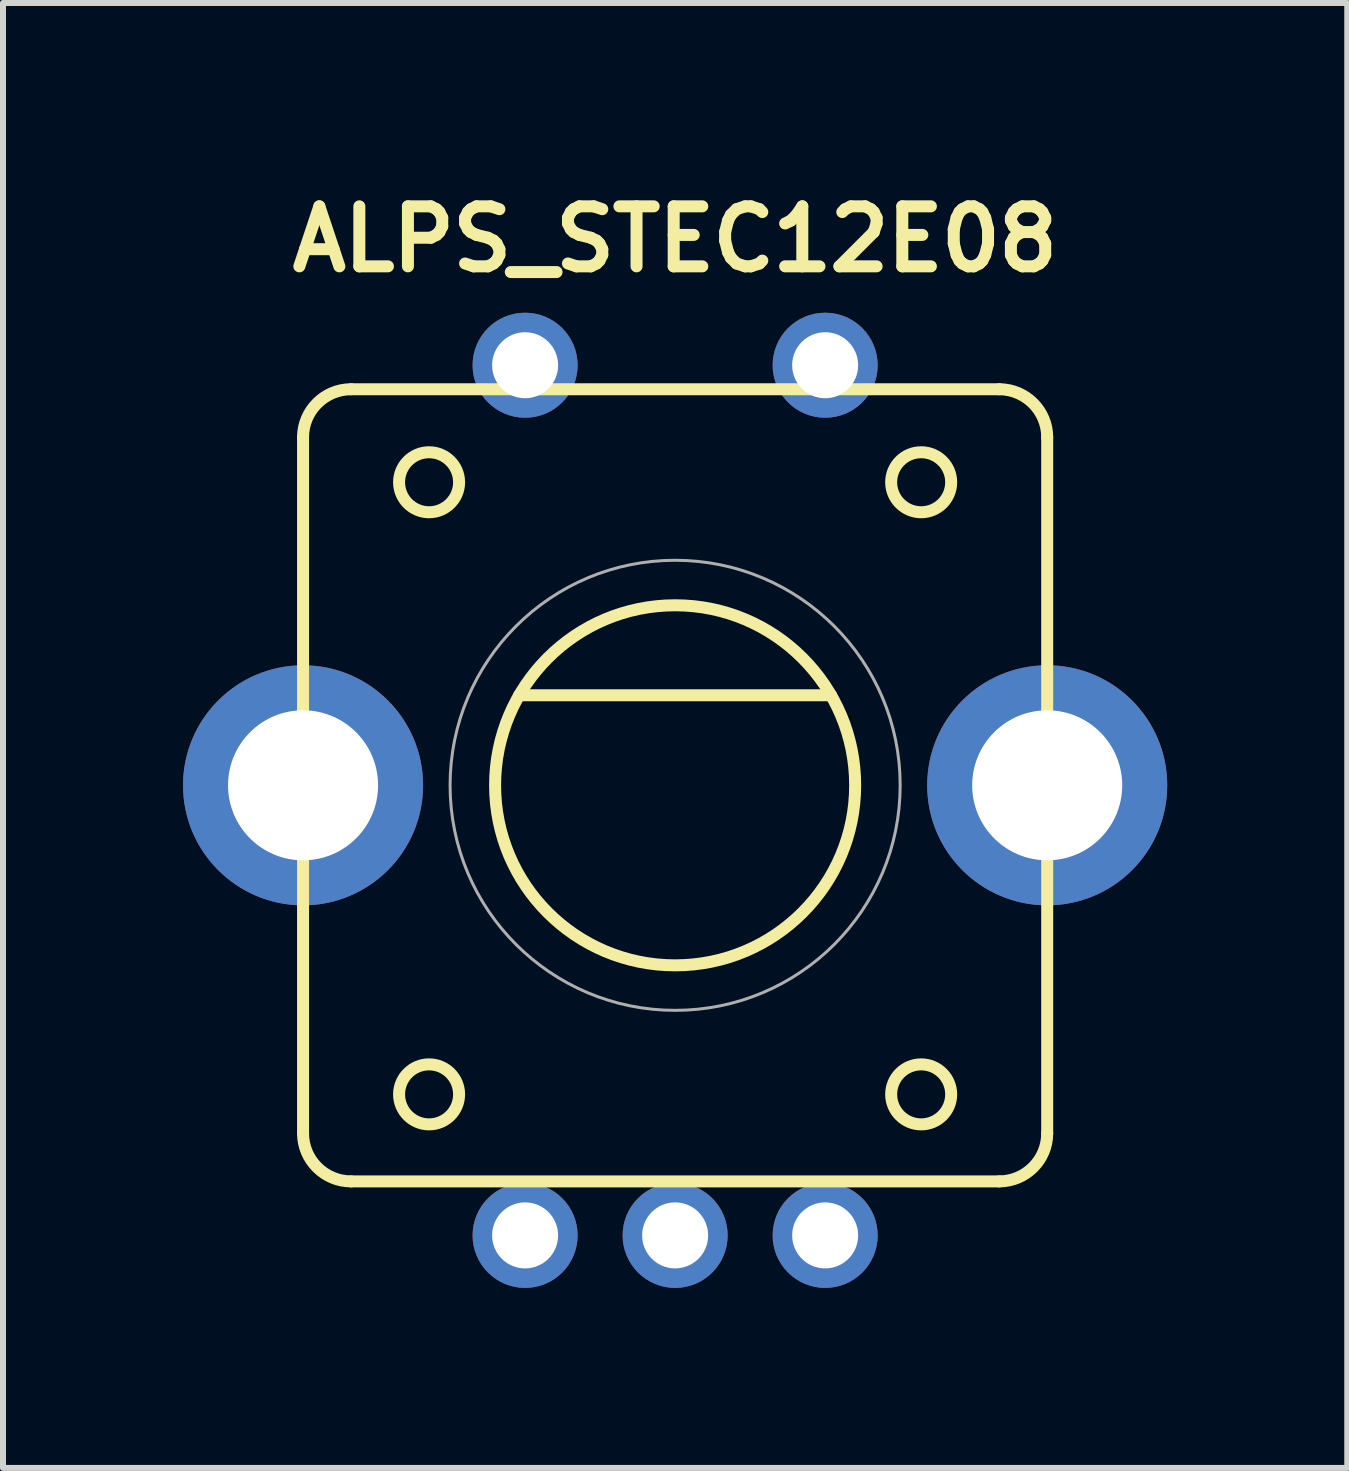
<source format=kicad_pcb>
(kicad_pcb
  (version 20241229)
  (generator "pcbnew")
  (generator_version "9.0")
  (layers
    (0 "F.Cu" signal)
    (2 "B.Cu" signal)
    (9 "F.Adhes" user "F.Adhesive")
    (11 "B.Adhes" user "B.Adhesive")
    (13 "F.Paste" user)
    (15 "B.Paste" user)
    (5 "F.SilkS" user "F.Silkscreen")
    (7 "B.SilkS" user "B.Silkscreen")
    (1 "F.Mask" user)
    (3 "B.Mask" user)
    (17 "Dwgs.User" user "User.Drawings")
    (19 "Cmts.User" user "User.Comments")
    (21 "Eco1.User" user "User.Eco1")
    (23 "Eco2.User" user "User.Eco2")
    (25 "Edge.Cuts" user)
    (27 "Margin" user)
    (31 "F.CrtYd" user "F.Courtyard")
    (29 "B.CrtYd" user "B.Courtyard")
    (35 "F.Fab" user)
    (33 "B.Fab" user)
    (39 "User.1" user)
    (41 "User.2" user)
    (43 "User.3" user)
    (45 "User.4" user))
  (footprint "ALPS_STEC12E08"
    (layer "F.Cu")
    (at 8.2 10.036)
    (property "Reference" "ALPS_STEC12E08" (at 0 -9.1 0) (layer "F.SilkS") (effects (font (size 1 1) (thickness 0.2))))
    (attr through_hole)
    (fp_line (start -6.2 5.8) (end -6.2 -5.8) (stroke (width 0.2) (type solid)) (layer "F.SilkS"))
    (fp_line (start -5.4 -6.6) (end 5.4 -6.6) (stroke (width 0.2) (type solid)) (layer "F.SilkS"))
    (fp_line (start -5.4 6.6) (end 5.4 6.6) (stroke (width 0.2) (type solid)) (layer "F.SilkS"))
    (fp_line (start -2.6 -1.5) (end 2.6 -1.5) (stroke (width 0.2) (type solid)) (layer "F.SilkS"))
    (fp_line (start 6.2 -5.8) (end 6.2 5.8) (stroke (width 0.2) (type solid)) (layer "F.SilkS"))
    (fp_arc (start -6.2 -5.8) (mid -5.965685 -6.365685) (end -5.4 -6.6) (stroke (width 0.2) (type solid)) (layer "F.SilkS"))
    (fp_arc (start -5.4 6.6) (mid -5.965685 6.365685) (end -6.2 5.8) (stroke (width 0.2) (type solid)) (layer "F.SilkS"))
    (fp_arc (start 5.4 -6.6) (mid 5.965685 -6.365685) (end 6.2 -5.8) (stroke (width 0.2) (type solid)) (layer "F.SilkS"))
    (fp_arc (start 6.2 5.8) (mid 5.965685 6.365685) (end 5.4 6.6) (stroke (width 0.2) (type solid)) (layer "F.SilkS"))
    (fp_circle (center -4.1 -5.05) (end -3.6 -5.05) (stroke (width 0.2) (type solid)) (fill no) (layer "F.SilkS"))
    (fp_circle (center -4.1 5.15) (end -3.6 5.15) (stroke (width 0.2) (type solid)) (fill no) (layer "F.SilkS"))
    (fp_circle (center 0 0) (end 3 0) (stroke (width 0.2) (type solid)) (fill no) (layer "F.SilkS"))
    (fp_circle (center 4.1 -5.05) (end 4.6 -5.05) (stroke (width 0.2) (type solid)) (fill no) (layer "F.SilkS"))
    (fp_circle (center 4.1 5.15) (end 4.6 5.15) (stroke (width 0.2) (type solid)) (fill no) (layer "F.SilkS"))
    (fp_circle (center 0 0) (end 3.75 0) (stroke (width 0.05) (type solid)) (fill no) (layer "F.Fab"))
    (pad "1" thru_hole circle (at -2.5 7.5) (size 1.75 1.75) (drill 1.1) (layers "*.Cu" "*.Mask"))
    (pad "2" thru_hole circle (at 0 7.5) (size 1.75 1.75) (drill 1.1) (layers "*.Cu" "*.Mask"))
    (pad "3" thru_hole circle (at 2.5 7.5) (size 1.75 1.75) (drill 1.1) (layers "*.Cu" "*.Mask"))
    (pad "4" thru_hole circle (at 2.5 -7) (size 1.75 1.75) (drill 1.1) (layers "*.Cu" "*.Mask"))
    (pad "5" thru_hole circle (at -2.5 -7) (size 1.75 1.75) (drill 1.1) (layers "*.Cu" "*.Mask"))
    (pad "body" thru_hole oval (at -6.2 0) (size 4 4) (drill 2.5) (layers "*.Cu" "*.Mask"))
    (pad "body" thru_hole oval (at 6.2 0) (size 4 4) (drill 2.5) (layers "*.Cu" "*.Mask")))
  (gr_rect
    (start -3 -3)
    (end 19.4 21.411)
    (stroke (width 0.1) (type default))
    (fill no)
    (layer "Edge.Cuts")))
</source>
